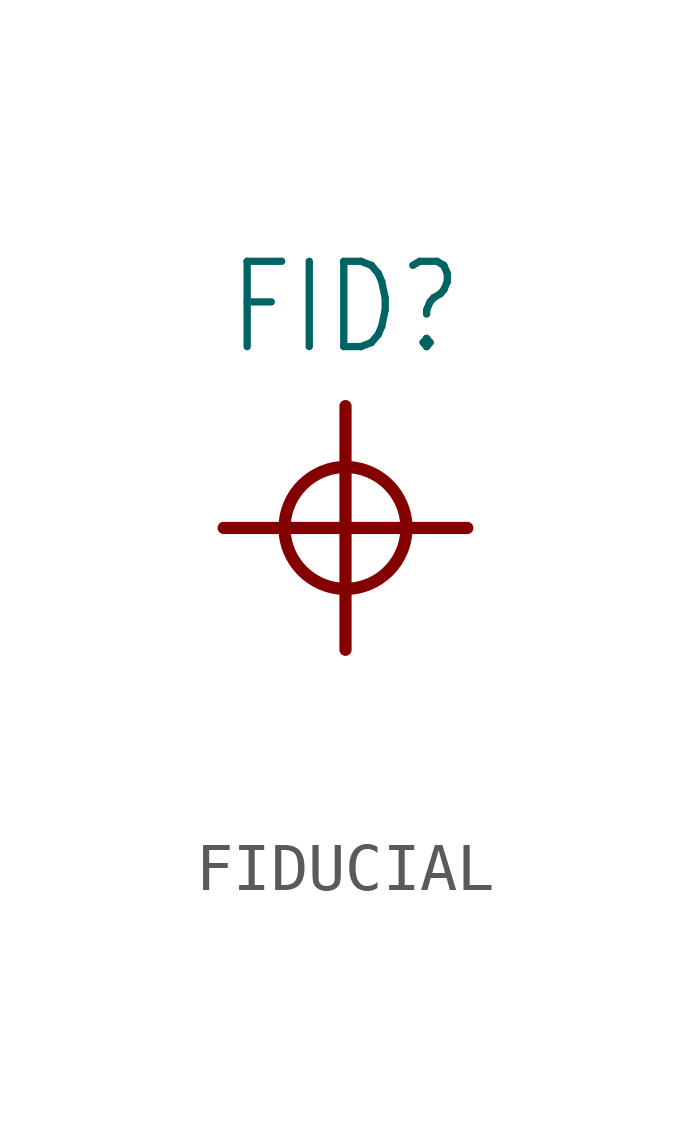
<source format=kicad_sym>
(kicad_symbol_lib
  (version 20241209)
  (generator "kicad_symbol_editor")
  (generator_version "9.0")
  (symbol "FIDUCIAL"
    (property "Reference" "FID"
      (at 0 3.556 0)
      (effects (font (size 1.778 1.511)) (justify bottom)))
    (property "Value" ""
      (at 0 -5.08 0)
      (effects (font (size 1.778 1.511)) (justify bottom)))
    (property "ki_locked" ""
      (at 0 0 0)
      (effects (font (size 1.27 1.27))))
    (symbol "FIDUCIAL_1_0"
      (polyline (pts (xy -2.54 0) (xy 2.54 0)) (stroke (width 0.254) (type solid)) (fill (type none)))
      (polyline (pts (xy 0 2.54) (xy 0 -2.54)) (stroke (width 0.254) (type solid)) (fill (type none)))
      (circle (center 0 0) (radius 1.27) (stroke (width 0.254) (type solid)) (fill (type none))))))
</source>
